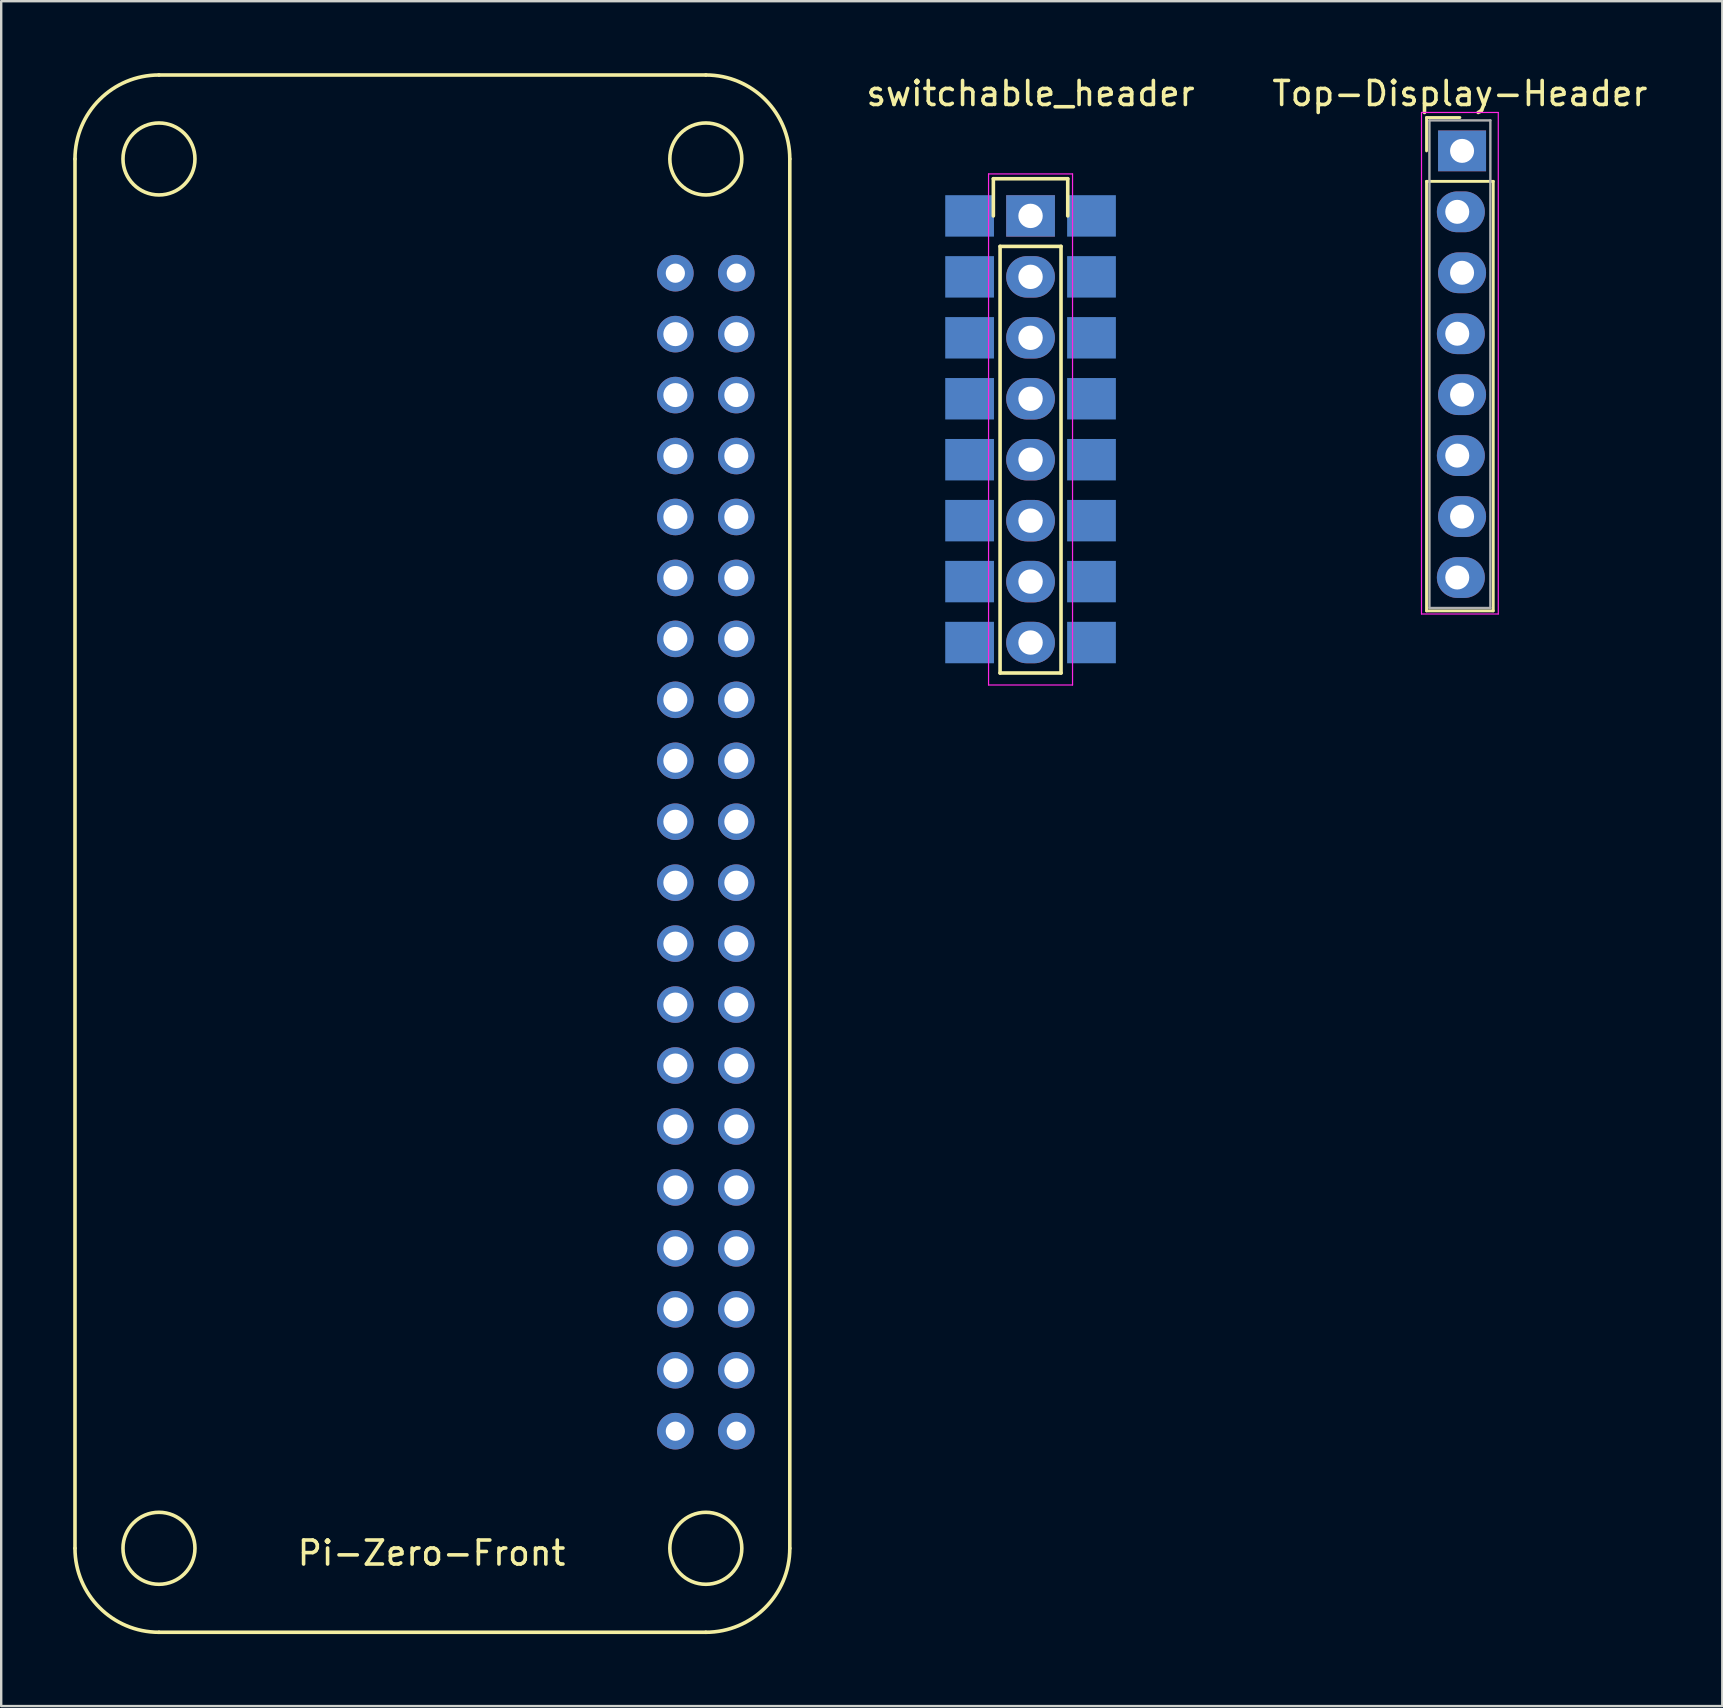
<source format=kicad_pcb>
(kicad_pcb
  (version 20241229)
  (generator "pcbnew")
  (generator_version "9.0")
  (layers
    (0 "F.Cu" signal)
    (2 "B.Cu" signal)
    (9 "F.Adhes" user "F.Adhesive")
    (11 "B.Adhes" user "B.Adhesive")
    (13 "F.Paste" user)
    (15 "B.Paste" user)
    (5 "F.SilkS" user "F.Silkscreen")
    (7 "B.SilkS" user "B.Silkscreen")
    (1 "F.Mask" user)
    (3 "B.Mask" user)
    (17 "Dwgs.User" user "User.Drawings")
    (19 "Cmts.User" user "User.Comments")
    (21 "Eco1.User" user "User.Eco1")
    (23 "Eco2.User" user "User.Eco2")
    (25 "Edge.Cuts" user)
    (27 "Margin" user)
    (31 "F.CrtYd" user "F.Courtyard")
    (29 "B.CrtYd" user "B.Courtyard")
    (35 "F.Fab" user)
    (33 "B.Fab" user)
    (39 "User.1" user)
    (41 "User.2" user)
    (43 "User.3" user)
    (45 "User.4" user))
  (footprint "switchable_header"
    (layer "F.Cu")
    (at 39.898 5.948)
    (property "Reference" "switchable_header" (at 0 -5.1 0) (layer "F.SilkS") (effects (font (size 1 1) (thickness 0.15))))
    (attr through_hole)
    (fp_line (start -1.55 -1.55) (end 1.55 -1.55) (stroke (width 0.15) (type solid)) (layer "F.SilkS"))
    (fp_line (start -1.55 0) (end -1.55 -1.55) (stroke (width 0.15) (type solid)) (layer "F.SilkS"))
    (fp_line (start -1.27 19.05) (end -1.27 1.27) (stroke (width 0.15) (type solid)) (layer "F.SilkS"))
    (fp_line (start 1.27 1.27) (end -1.27 1.27) (stroke (width 0.15) (type solid)) (layer "F.SilkS"))
    (fp_line (start 1.27 1.27) (end 1.27 19.05) (stroke (width 0.15) (type solid)) (layer "F.SilkS"))
    (fp_line (start 1.27 19.05) (end -1.27 19.05) (stroke (width 0.15) (type solid)) (layer "F.SilkS"))
    (fp_line (start 1.55 -1.55) (end 1.55 0) (stroke (width 0.15) (type solid)) (layer "F.SilkS"))
    (fp_line (start -1.75 -1.75) (end -1.75 19.55) (stroke (width 0.05) (type solid)) (layer "F.CrtYd"))
    (fp_line (start -1.75 -1.75) (end 1.75 -1.75) (stroke (width 0.05) (type solid)) (layer "F.CrtYd"))
    (fp_line (start -1.75 19.55) (end 1.75 19.55) (stroke (width 0.05) (type solid)) (layer "F.CrtYd"))
    (fp_line (start 1.75 -1.75) (end 1.75 19.55) (stroke (width 0.05) (type solid)) (layer "F.CrtYd"))
    (pad "1" smd rect (at -2.54 0) (size 2.032 1.727) (layers "B.Cu" "B.Mask" "B.Paste"))
    (pad "2" thru_hole rect (at 0 0) (size 2.032 1.727) (drill 1.016) (layers "*.Cu" "*.Mask"))
    (pad "3" smd rect (at 2.54 0) (size 2.032 1.727) (layers "B.Cu" "B.Mask" "B.Paste"))
    (pad "4" smd rect (at -2.54 2.54) (size 2.032 1.727) (layers "B.Cu" "B.Mask" "B.Paste"))
    (pad "5" thru_hole oval (at 0 2.54) (size 2.032 1.727) (drill 1.016) (layers "*.Cu" "*.Mask"))
    (pad "6" smd rect (at 2.54 2.54) (size 2.032 1.727) (layers "B.Cu" "B.Mask" "B.Paste"))
    (pad "7" smd rect (at -2.54 5.08) (size 2.032 1.727) (layers "B.Cu" "B.Mask" "B.Paste"))
    (pad "8" thru_hole oval (at 0 5.08) (size 2.032 1.727) (drill 1.016) (layers "*.Cu" "*.Mask"))
    (pad "9" smd rect (at 2.54 5.08) (size 2.032 1.727) (layers "B.Cu" "B.Mask" "B.Paste"))
    (pad "10" smd rect (at -2.54 7.62) (size 2.032 1.727) (layers "B.Cu" "B.Mask" "B.Paste"))
    (pad "11" thru_hole oval (at 0 7.62) (size 2.032 1.727) (drill 1.016) (layers "*.Cu" "*.Mask"))
    (pad "12" smd rect (at 2.54 7.62) (size 2.032 1.727) (layers "B.Cu" "B.Mask" "B.Paste"))
    (pad "13" smd rect (at -2.54 10.16) (size 2.032 1.727) (layers "B.Cu" "B.Mask" "B.Paste"))
    (pad "14" thru_hole oval (at 0 10.16) (size 2.032 1.727) (drill 1.016) (layers "*.Cu" "*.Mask"))
    (pad "15" smd rect (at 2.54 10.16) (size 2.032 1.727) (layers "B.Cu" "B.Mask" "B.Paste"))
    (pad "16" smd rect (at -2.54 12.7) (size 2.032 1.727) (layers "B.Cu" "B.Mask" "B.Paste"))
    (pad "17" thru_hole oval (at 0 12.7) (size 2.032 1.727) (drill 1.016) (layers "*.Cu" "*.Mask"))
    (pad "18" smd rect (at 2.54 12.7) (size 2.032 1.727) (layers "B.Cu" "B.Mask" "B.Paste"))
    (pad "19" smd rect (at -2.54 15.24) (size 2.032 1.727) (layers "B.Cu" "B.Mask" "B.Paste"))
    (pad "20" thru_hole oval (at 0 15.24) (size 2.032 1.727) (drill 1.016) (layers "*.Cu" "*.Mask"))
    (pad "21" smd rect (at 2.54 15.24) (size 2.032 1.727) (layers "B.Cu" "B.Mask" "B.Paste"))
    (pad "22" smd rect (at -2.54 17.78) (size 2.032 1.727) (layers "B.Cu" "B.Mask" "B.Paste"))
    (pad "23" thru_hole oval (at 0 17.78) (size 2.032 1.727) (drill 1.016) (layers "*.Cu" "*.Mask"))
    (pad "24" smd rect (at 2.54 17.78) (size 2.032 1.727) (layers "B.Cu" "B.Mask" "B.Paste")))
  (footprint "Pi-Zero-Front"
    (layer "F.Cu")
    (at 25.095 8.335)
    (property "Reference" "Pi-Zero-Front" (at -10.16 53.34 0) (layer "F.SilkS") (effects (font (size 1 1) (thickness 0.15))))
    (attr through_hole)
    (fp_line (start -25.02 53.14) (end -25.02 -4.76) (stroke (width 0.15) (type solid)) (layer "F.SilkS"))
    (fp_line (start -21.52 -8.26) (end 1.27 -8.26) (stroke (width 0.15) (type solid)) (layer "F.SilkS"))
    (fp_line (start -21.52 56.64) (end 1.27 56.64) (stroke (width 0.15) (type solid)) (layer "F.SilkS"))
    (fp_line (start 4.77 -4.76) (end 4.77 53.14) (stroke (width 0.15) (type solid)) (layer "F.SilkS"))
    (fp_arc (start -25.02 -4.76) (mid -23.994874 -7.234874) (end -21.52 -8.26) (stroke (width 0.15) (type solid)) (layer "F.SilkS"))
    (fp_arc (start -21.52 56.64) (mid -23.994874 55.614874) (end -25.02 53.14) (stroke (width 0.15) (type solid)) (layer "F.SilkS"))
    (fp_arc (start 1.27 -8.26) (mid 3.744874 -7.234874) (end 4.77 -4.76) (stroke (width 0.15) (type solid)) (layer "F.SilkS"))
    (fp_arc (start 4.77 53.14) (mid 3.744874 55.614874) (end 1.27 56.64) (stroke (width 0.15) (type solid)) (layer "F.SilkS"))
    (fp_circle (center -21.52 -4.76) (end -21.52 -6.26) (stroke (width 0.15) (type solid)) (fill no) (layer "F.SilkS"))
    (fp_circle (center -21.52 53.14) (end -21.52 54.64) (stroke (width 0.15) (type solid)) (fill no) (layer "F.SilkS"))
    (fp_circle (center 1.27 -4.76) (end 1.27 -6.26) (stroke (width 0.15) (type solid)) (fill no) (layer "F.SilkS"))
    (fp_circle (center 1.27 53.14) (end 2.77 53.14) (stroke (width 0.15) (type solid)) (fill no) (layer "F.SilkS"))
    (pad "1" thru_hole circle (at 0 0) (size 1.524 1.524) (drill 0.8) (layers "*.Cu" "*.Mask"))
    (pad "2" thru_hole circle (at 2.54 0) (size 1.524 1.524) (drill 0.8) (layers "*.Cu" "*.Mask"))
    (pad "3" thru_hole circle (at 0 2.54) (size 1.524 1.524) (drill 1) (layers "*.Cu" "*.Mask"))
    (pad "4" thru_hole circle (at 2.54 2.54) (size 1.524 1.524) (drill 1) (layers "*.Cu" "*.Mask"))
    (pad "5" thru_hole circle (at 0 5.08) (size 1.524 1.524) (drill 1) (layers "*.Cu" "*.Mask"))
    (pad "6" thru_hole circle (at 2.54 5.08) (size 1.524 1.524) (drill 1) (layers "*.Cu" "*.Mask"))
    (pad "7" thru_hole circle (at 0 7.62) (size 1.524 1.524) (drill 1) (layers "*.Cu" "*.Mask"))
    (pad "8" thru_hole circle (at 2.54 7.62) (size 1.524 1.524) (drill 1) (layers "*.Cu" "*.Mask"))
    (pad "9" thru_hole circle (at 0 10.16) (size 1.524 1.524) (drill 1) (layers "*.Cu" "*.Mask"))
    (pad "10" thru_hole circle (at 2.54 10.16) (size 1.524 1.524) (drill 1) (layers "*.Cu" "*.Mask"))
    (pad "11" thru_hole circle (at 0 12.7) (size 1.524 1.524) (drill 1) (layers "*.Cu" "*.Mask"))
    (pad "12" thru_hole circle (at 2.54 12.7) (size 1.524 1.524) (drill 1) (layers "*.Cu" "*.Mask"))
    (pad "13" thru_hole circle (at 0 15.24) (size 1.524 1.524) (drill 1) (layers "*.Cu" "*.Mask"))
    (pad "14" thru_hole circle (at 2.54 15.24) (size 1.524 1.524) (drill 1) (layers "*.Cu" "*.Mask"))
    (pad "15" thru_hole circle (at 0 17.78) (size 1.524 1.524) (drill 1) (layers "*.Cu" "*.Mask"))
    (pad "16" thru_hole circle (at 2.54 17.78) (size 1.524 1.524) (drill 1) (layers "*.Cu" "*.Mask"))
    (pad "17" thru_hole circle (at 0 20.32) (size 1.524 1.524) (drill 1) (layers "*.Cu" "*.Mask"))
    (pad "18" thru_hole circle (at 2.54 20.32) (size 1.524 1.524) (drill 1) (layers "*.Cu" "*.Mask"))
    (pad "19" thru_hole circle (at 0 22.86) (size 1.524 1.524) (drill 1) (layers "*.Cu" "*.Mask"))
    (pad "20" thru_hole circle (at 2.54 22.86) (size 1.524 1.524) (drill 1) (layers "*.Cu" "*.Mask"))
    (pad "21" thru_hole circle (at 0 25.4) (size 1.524 1.524) (drill 1) (layers "*.Cu" "*.Mask"))
    (pad "22" thru_hole circle (at 2.54 25.4) (size 1.524 1.524) (drill 1) (layers "*.Cu" "*.Mask"))
    (pad "23" thru_hole circle (at 0 27.94) (size 1.524 1.524) (drill 1) (layers "*.Cu" "*.Mask"))
    (pad "24" thru_hole circle (at 2.54 27.94) (size 1.524 1.524) (drill 1) (layers "*.Cu" "*.Mask"))
    (pad "25" thru_hole circle (at 0 30.48) (size 1.524 1.524) (drill 1) (layers "*.Cu" "*.Mask"))
    (pad "26" thru_hole circle (at 2.54 30.48) (size 1.524 1.524) (drill 1) (layers "*.Cu" "*.Mask"))
    (pad "27" thru_hole circle (at 0 33.02) (size 1.524 1.524) (drill 1) (layers "*.Cu" "*.Mask"))
    (pad "28" thru_hole circle (at 2.54 33.02) (size 1.524 1.524) (drill 1) (layers "*.Cu" "*.Mask"))
    (pad "29" thru_hole circle (at 0 35.56) (size 1.524 1.524) (drill 1) (layers "*.Cu" "*.Mask"))
    (pad "30" thru_hole circle (at 2.54 35.56) (size 1.524 1.524) (drill 1) (layers "*.Cu" "*.Mask"))
    (pad "31" thru_hole circle (at 0 38.1) (size 1.524 1.524) (drill 1) (layers "*.Cu" "*.Mask"))
    (pad "32" thru_hole circle (at 2.54 38.1) (size 1.524 1.524) (drill 1) (layers "*.Cu" "*.Mask"))
    (pad "33" thru_hole circle (at 0 40.64) (size 1.524 1.524) (drill 1) (layers "*.Cu" "*.Mask"))
    (pad "34" thru_hole circle (at 2.54 40.64) (size 1.524 1.524) (drill 1) (layers "*.Cu" "*.Mask"))
    (pad "35" thru_hole circle (at 0 43.18) (size 1.524 1.524) (drill 1) (layers "*.Cu" "*.Mask"))
    (pad "36" thru_hole circle (at 2.54 43.18) (size 1.524 1.524) (drill 1) (layers "*.Cu" "*.Mask"))
    (pad "37" thru_hole circle (at 0 45.72) (size 1.524 1.524) (drill 1) (layers "*.Cu" "*.Mask"))
    (pad "38" thru_hole circle (at 2.54 45.72) (size 1.524 1.524) (drill 1) (layers "*.Cu" "*.Mask"))
    (pad "39" thru_hole circle (at 0 48.26) (size 1.524 1.524) (drill 0.8) (layers "*.Cu" "*.Mask"))
    (pad "40" thru_hole circle (at 2.54 48.26) (size 1.524 1.524) (drill 0.8) (layers "*.Cu" "*.Mask")))
  (footprint "Top-Display-Header"
    (layer "F.Cu")
    (at 57.791 3.238)
    (property "Reference" "Top-Display-Header" (at 0 -2.39 0) (layer "F.SilkS") (effects (font (size 1 1) (thickness 0.15))))
    (attr through_hole)
    (fp_line (start -1.39 -1.39) (end 0 -1.39) (stroke (width 0.12) (type solid)) (layer "F.SilkS"))
    (fp_line (start -1.39 0) (end -1.39 -1.39) (stroke (width 0.12) (type solid)) (layer "F.SilkS"))
    (fp_line (start -1.39 1.27) (end -1.39 19.17) (stroke (width 0.12) (type solid)) (layer "F.SilkS"))
    (fp_line (start -1.39 19.17) (end 1.39 19.17) (stroke (width 0.12) (type solid)) (layer "F.SilkS"))
    (fp_line (start 1.39 1.27) (end -1.39 1.27) (stroke (width 0.12) (type solid)) (layer "F.SilkS"))
    (fp_line (start 1.39 19.17) (end 1.39 1.27) (stroke (width 0.12) (type solid)) (layer "F.SilkS"))
    (fp_line (start -1.6 -1.6) (end -1.6 19.3) (stroke (width 0.05) (type solid)) (layer "F.CrtYd"))
    (fp_line (start -1.6 19.3) (end 1.6 19.3) (stroke (width 0.05) (type solid)) (layer "F.CrtYd"))
    (fp_line (start 1.6 -1.6) (end -1.6 -1.6) (stroke (width 0.05) (type solid)) (layer "F.CrtYd"))
    (fp_line (start 1.6 19.3) (end 1.6 -1.6) (stroke (width 0.05) (type solid)) (layer "F.CrtYd"))
    (fp_line (start -1.27 -1.27) (end -1.27 19.05) (stroke (width 0.1) (type solid)) (layer "F.Fab"))
    (fp_line (start -1.27 19.05) (end 1.27 19.05) (stroke (width 0.1) (type solid)) (layer "F.Fab"))
    (fp_line (start 1.27 -1.27) (end -1.27 -1.27) (stroke (width 0.1) (type solid)) (layer "F.Fab"))
    (fp_line (start 1.27 19.05) (end 1.27 -1.27) (stroke (width 0.1) (type solid)) (layer "F.Fab"))
    (pad "1" thru_hole rect (at 0.09 0) (size 2 1.7) (drill 1) (layers "*.Cu" "*.Mask"))
    (pad "2" thru_hole oval (at -0.11 2.54) (size 2 1.7) (drill 1 (offset 0.15 0)) (layers "*.Cu" "*.Mask"))
    (pad "3" thru_hole oval (at 0.09 5.08) (size 2 1.7) (drill 1) (layers "*.Cu" "*.Mask"))
    (pad "4" thru_hole oval (at -0.11 7.62) (size 2 1.7) (drill 1 (offset 0.15 0)) (layers "*.Cu" "*.Mask"))
    (pad "5" thru_hole oval (at 0.09 10.16) (size 2 1.7) (drill 1) (layers "*.Cu" "*.Mask"))
    (pad "6" thru_hole oval (at -0.11 12.7) (size 2 1.7) (drill 1 (offset 0.15 0)) (layers "*.Cu" "*.Mask"))
    (pad "7" thru_hole oval (at 0.09 15.24) (size 2 1.7) (drill 1) (layers "*.Cu" "*.Mask"))
    (pad "8" thru_hole oval (at -0.11 17.78) (size 2 1.7) (drill 1 (offset 0.15 0)) (layers "*.Cu" "*.Mask")))
  (gr_rect
    (start -3 -3)
    (end 68.726 68.05)
    (stroke (width 0.1) (type default))
    (fill no)
    (layer "Edge.Cuts")))
</source>
